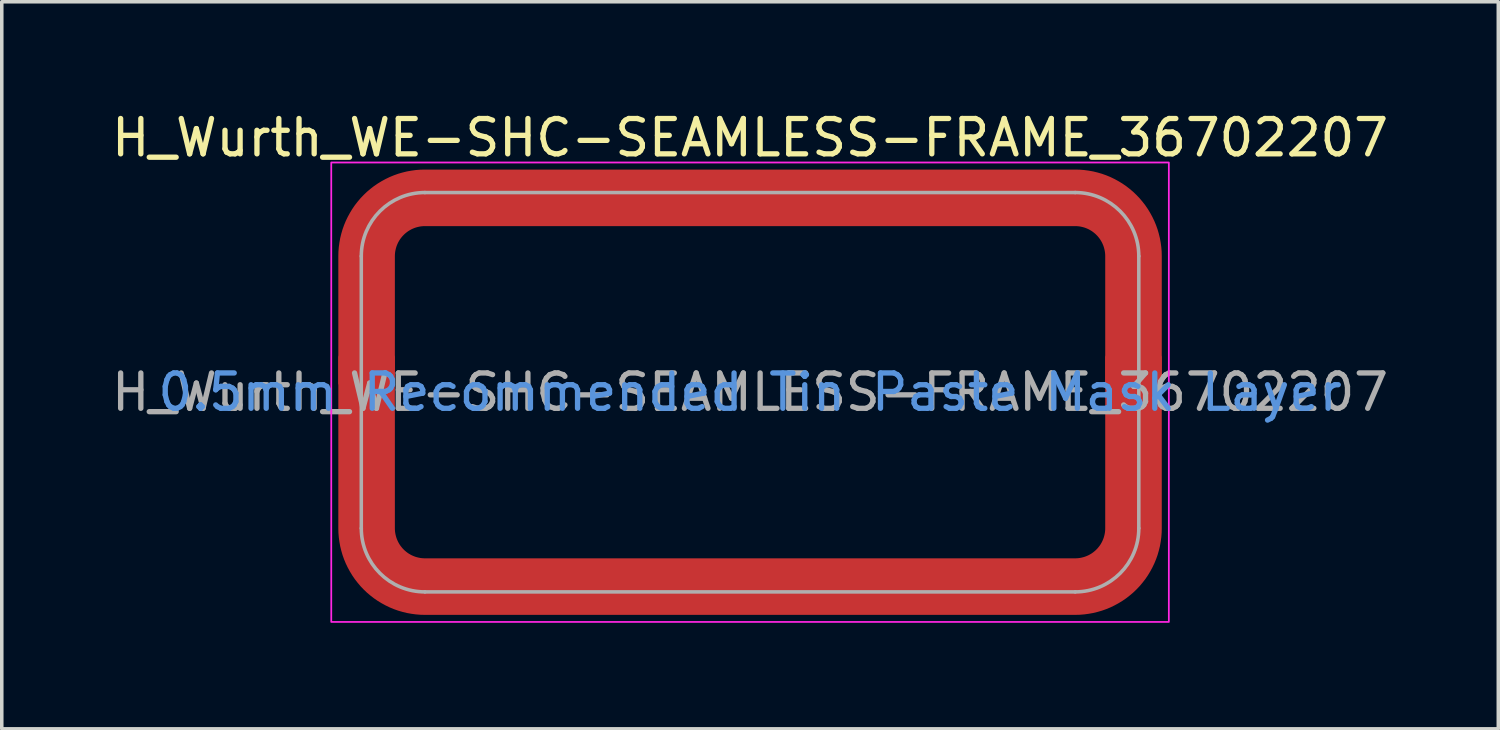
<source format=kicad_pcb>
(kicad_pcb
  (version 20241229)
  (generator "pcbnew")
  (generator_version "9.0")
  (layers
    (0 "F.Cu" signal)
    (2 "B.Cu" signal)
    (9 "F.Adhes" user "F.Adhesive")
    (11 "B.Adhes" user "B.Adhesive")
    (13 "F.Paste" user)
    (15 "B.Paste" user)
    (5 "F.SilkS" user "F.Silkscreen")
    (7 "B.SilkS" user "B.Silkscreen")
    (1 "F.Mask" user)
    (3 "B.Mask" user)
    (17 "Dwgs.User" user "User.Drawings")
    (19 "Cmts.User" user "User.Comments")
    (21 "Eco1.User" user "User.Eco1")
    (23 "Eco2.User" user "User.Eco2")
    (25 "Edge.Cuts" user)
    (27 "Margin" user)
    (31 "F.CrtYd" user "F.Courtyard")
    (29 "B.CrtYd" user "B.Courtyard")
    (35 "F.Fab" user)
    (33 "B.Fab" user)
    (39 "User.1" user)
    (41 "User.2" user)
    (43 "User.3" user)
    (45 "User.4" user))
  (footprint "H_Wurth_WE-SHC-SEAMLESS-FRAME_36702207"
    (layer "F.Cu")
    (at 18.173 8.048)
    (property "Reference" "H_Wurth_WE-SHC-SEAMLESS-FRAME_36702207" (at 0 -7.2 0) (unlocked yes) (layer "F.SilkS") (effects (font (size 1 1) (thickness 0.15))))
    (attr smd)
    (fp_poly (pts (xy -10.1 -0.25) (xy -11.6 -0.25) (xy -11.6 -3.85) (xy -11.597 -3.976) (xy -11.587 -4.101) (xy -11.57 -4.225) (xy -11.548 -4.349) (xy -11.518 -4.471) (xy -11.483 -4.592) (xy -11.441 -4.71) (xy -11.393 -4.826) (xy -11.338 -4.94) (xy -11.278 -5.05) (xy -11.213 -5.157) (xy -11.142 -5.261) (xy -11.065 -5.36) (xy -10.984 -5.456) (xy -10.897 -5.547) (xy -10.806 -5.634) (xy -10.71 -5.715) (xy -10.611 -5.792) (xy -10.507 -5.863) (xy -10.4 -5.928) (xy -10.29 -5.988) (xy -10.176 -6.043) (xy -10.06 -6.091) (xy -9.942 -6.133) (xy -9.821 -6.168) (xy -9.699 -6.198) (xy -9.575 -6.22) (xy -9.451 -6.237) (xy -9.326 -6.247) (xy -9.2 -6.25) (xy 9.2 -6.25) (xy 9.326 -6.247) (xy 9.451 -6.237) (xy 9.575 -6.22) (xy 9.699 -6.198) (xy 9.821 -6.168) (xy 9.942 -6.133) (xy 10.06 -6.091) (xy 10.176 -6.043) (xy 10.29 -5.988) (xy 10.4 -5.928) (xy 10.507 -5.863) (xy 10.611 -5.792) (xy 10.71 -5.715) (xy 10.806 -5.634) (xy 10.897 -5.547) (xy 10.984 -5.456) (xy 11.065 -5.36) (xy 11.142 -5.261) (xy 11.213 -5.157) (xy 11.278 -5.05) (xy 11.338 -4.94) (xy 11.393 -4.826) (xy 11.441 -4.71) (xy 11.483 -4.592) (xy 11.518 -4.471) (xy 11.548 -4.349) (xy 11.57 -4.225) (xy 11.587 -4.101) (xy 11.597 -3.976) (xy 11.6 -3.85) (xy 11.6 -0.25) (xy 10.1 -0.25) (xy 10.1 -3.85) (xy 10.099 -3.897) (xy 10.095 -3.944) (xy 10.089 -3.991) (xy 10.08 -4.037) (xy 10.069 -4.083) (xy 10.056 -4.128) (xy 10.04 -4.173) (xy 10.022 -4.216) (xy 10.002 -4.259) (xy 9.979 -4.3) (xy 9.955 -4.34) (xy 9.928 -4.379) (xy 9.899 -4.416) (xy 9.869 -4.452) (xy 9.836 -4.486) (xy 9.802 -4.519) (xy 9.766 -4.549) (xy 9.729 -4.578) (xy 9.69 -4.605) (xy 9.65 -4.629) (xy 9.609 -4.652) (xy 9.566 -4.672) (xy 9.523 -4.69) (xy 9.478 -4.706) (xy 9.433 -4.719) (xy 9.387 -4.73) (xy 9.341 -4.739) (xy 9.294 -4.745) (xy 9.247 -4.749) (xy 9.2 -4.75) (xy -9.2 -4.75) (xy -9.247 -4.749) (xy -9.294 -4.745) (xy -9.341 -4.739) (xy -9.387 -4.73) (xy -9.433 -4.719) (xy -9.478 -4.706) (xy -9.523 -4.69) (xy -9.566 -4.672) (xy -9.609 -4.652) (xy -9.65 -4.629) (xy -9.69 -4.605) (xy -9.729 -4.578) (xy -9.766 -4.549) (xy -9.802 -4.519) (xy -9.836 -4.486) (xy -9.869 -4.452) (xy -9.899 -4.416) (xy -9.928 -4.379) (xy -9.955 -4.34) (xy -9.979 -4.3) (xy -10.002 -4.259) (xy -10.022 -4.216) (xy -10.04 -4.173) (xy -10.056 -4.128) (xy -10.069 -4.083) (xy -10.08 -4.037) (xy -10.089 -3.991) (xy -10.095 -3.944) (xy -10.099 -3.897) (xy -10.1 -3.85) (xy -10.1 -0.25)) (stroke (width 0.1) (type solid)) (fill yes) (layer "F.Cu"))
    (fp_poly (pts (xy -10.1 -0.25) (xy -11.6 -0.25) (xy -11.6 -3.85) (xy -11.597 -3.976) (xy -11.587 -4.101) (xy -11.57 -4.225) (xy -11.548 -4.349) (xy -11.518 -4.471) (xy -11.483 -4.592) (xy -11.441 -4.71) (xy -11.393 -4.826) (xy -11.338 -4.94) (xy -11.278 -5.05) (xy -11.213 -5.157) (xy -11.142 -5.261) (xy -11.065 -5.36) (xy -10.984 -5.456) (xy -10.897 -5.547) (xy -10.806 -5.634) (xy -10.71 -5.715) (xy -10.611 -5.792) (xy -10.507 -5.863) (xy -10.4 -5.928) (xy -10.29 -5.988) (xy -10.176 -6.043) (xy -10.06 -6.091) (xy -9.942 -6.133) (xy -9.821 -6.168) (xy -9.699 -6.198) (xy -9.575 -6.22) (xy -9.451 -6.237) (xy -9.326 -6.247) (xy -9.2 -6.25) (xy 9.2 -6.25) (xy 9.326 -6.247) (xy 9.451 -6.237) (xy 9.575 -6.22) (xy 9.699 -6.198) (xy 9.821 -6.168) (xy 9.942 -6.133) (xy 10.06 -6.091) (xy 10.176 -6.043) (xy 10.29 -5.988) (xy 10.4 -5.928) (xy 10.507 -5.863) (xy 10.611 -5.792) (xy 10.71 -5.715) (xy 10.806 -5.634) (xy 10.897 -5.547) (xy 10.984 -5.456) (xy 11.065 -5.36) (xy 11.142 -5.261) (xy 11.213 -5.157) (xy 11.278 -5.05) (xy 11.338 -4.94) (xy 11.393 -4.826) (xy 11.441 -4.71) (xy 11.483 -4.592) (xy 11.518 -4.471) (xy 11.548 -4.349) (xy 11.57 -4.225) (xy 11.587 -4.101) (xy 11.597 -3.976) (xy 11.6 -3.85) (xy 11.6 -0.25) (xy 10.1 -0.25) (xy 10.1 -3.85) (xy 10.099 -3.897) (xy 10.095 -3.944) (xy 10.089 -3.991) (xy 10.08 -4.037) (xy 10.069 -4.083) (xy 10.056 -4.128) (xy 10.04 -4.173) (xy 10.022 -4.216) (xy 10.002 -4.259) (xy 9.979 -4.3) (xy 9.955 -4.34) (xy 9.928 -4.379) (xy 9.899 -4.416) (xy 9.869 -4.452) (xy 9.836 -4.486) (xy 9.802 -4.519) (xy 9.766 -4.549) (xy 9.729 -4.578) (xy 9.69 -4.605) (xy 9.65 -4.629) (xy 9.609 -4.652) (xy 9.566 -4.672) (xy 9.523 -4.69) (xy 9.478 -4.706) (xy 9.433 -4.719) (xy 9.387 -4.73) (xy 9.341 -4.739) (xy 9.294 -4.745) (xy 9.247 -4.749) (xy 9.2 -4.75) (xy -9.2 -4.75) (xy -9.247 -4.749) (xy -9.294 -4.745) (xy -9.341 -4.739) (xy -9.387 -4.73) (xy -9.433 -4.719) (xy -9.478 -4.706) (xy -9.523 -4.69) (xy -9.566 -4.672) (xy -9.609 -4.652) (xy -9.65 -4.629) (xy -9.69 -4.605) (xy -9.729 -4.578) (xy -9.766 -4.549) (xy -9.802 -4.519) (xy -9.836 -4.486) (xy -9.869 -4.452) (xy -9.899 -4.416) (xy -9.928 -4.379) (xy -9.955 -4.34) (xy -9.979 -4.3) (xy -10.002 -4.259) (xy -10.022 -4.216) (xy -10.04 -4.173) (xy -10.056 -4.128) (xy -10.069 -4.083) (xy -10.08 -4.037) (xy -10.089 -3.991) (xy -10.095 -3.944) (xy -10.099 -3.897) (xy -10.1 -3.85) (xy -10.1 -0.25)) (stroke (width 0.1) (type solid)) (fill yes) (layer "F.Mask"))
    (fp_poly (pts (xy -10.1 -0.25) (xy -11.6 -0.25) (xy -11.6 -3.85) (xy -11.597 -3.976) (xy -11.587 -4.101) (xy -11.57 -4.225) (xy -11.548 -4.349) (xy -11.518 -4.471) (xy -11.483 -4.592) (xy -11.441 -4.71) (xy -11.393 -4.826) (xy -11.338 -4.94) (xy -11.278 -5.05) (xy -11.213 -5.157) (xy -11.142 -5.261) (xy -11.065 -5.36) (xy -10.984 -5.456) (xy -10.897 -5.547) (xy -10.806 -5.634) (xy -10.71 -5.715) (xy -10.611 -5.792) (xy -10.507 -5.863) (xy -10.4 -5.928) (xy -10.29 -5.988) (xy -10.176 -6.043) (xy -10.06 -6.091) (xy -9.942 -6.133) (xy -9.821 -6.168) (xy -9.699 -6.198) (xy -9.575 -6.22) (xy -9.451 -6.237) (xy -9.326 -6.247) (xy -9.2 -6.25) (xy 9.2 -6.25) (xy 9.326 -6.247) (xy 9.451 -6.237) (xy 9.575 -6.22) (xy 9.699 -6.198) (xy 9.821 -6.168) (xy 9.942 -6.133) (xy 10.06 -6.091) (xy 10.176 -6.043) (xy 10.29 -5.988) (xy 10.4 -5.928) (xy 10.507 -5.863) (xy 10.611 -5.792) (xy 10.71 -5.715) (xy 10.806 -5.634) (xy 10.897 -5.547) (xy 10.984 -5.456) (xy 11.065 -5.36) (xy 11.142 -5.261) (xy 11.213 -5.157) (xy 11.278 -5.05) (xy 11.338 -4.94) (xy 11.393 -4.826) (xy 11.441 -4.71) (xy 11.483 -4.592) (xy 11.518 -4.471) (xy 11.548 -4.349) (xy 11.57 -4.225) (xy 11.587 -4.101) (xy 11.597 -3.976) (xy 11.6 -3.85) (xy 11.6 -0.25) (xy 10.1 -0.25) (xy 10.1 -3.85) (xy 10.099 -3.897) (xy 10.095 -3.944) (xy 10.089 -3.991) (xy 10.08 -4.037) (xy 10.069 -4.083) (xy 10.056 -4.128) (xy 10.04 -4.173) (xy 10.022 -4.216) (xy 10.002 -4.259) (xy 9.979 -4.3) (xy 9.955 -4.34) (xy 9.928 -4.379) (xy 9.899 -4.416) (xy 9.869 -4.452) (xy 9.836 -4.486) (xy 9.802 -4.519) (xy 9.766 -4.549) (xy 9.729 -4.578) (xy 9.69 -4.605) (xy 9.65 -4.629) (xy 9.609 -4.652) (xy 9.566 -4.672) (xy 9.523 -4.69) (xy 9.478 -4.706) (xy 9.433 -4.719) (xy 9.387 -4.73) (xy 9.341 -4.739) (xy 9.294 -4.745) (xy 9.247 -4.749) (xy 9.2 -4.75) (xy -9.2 -4.75) (xy -9.247 -4.749) (xy -9.294 -4.745) (xy -9.341 -4.739) (xy -9.387 -4.73) (xy -9.433 -4.719) (xy -9.478 -4.706) (xy -9.523 -4.69) (xy -9.566 -4.672) (xy -9.609 -4.652) (xy -9.65 -4.629) (xy -9.69 -4.605) (xy -9.729 -4.578) (xy -9.766 -4.549) (xy -9.802 -4.519) (xy -9.836 -4.486) (xy -9.869 -4.452) (xy -9.899 -4.416) (xy -9.928 -4.379) (xy -9.955 -4.34) (xy -9.979 -4.3) (xy -10.002 -4.259) (xy -10.022 -4.216) (xy -10.04 -4.173) (xy -10.056 -4.128) (xy -10.069 -4.083) (xy -10.08 -4.037) (xy -10.089 -3.991) (xy -10.095 -3.944) (xy -10.099 -3.897) (xy -10.1 -3.85) (xy -10.1 -0.25)) (stroke (width 0.1) (type solid)) (fill yes) (layer "F.Paste"))
    (fp_rect (start -11.85 -6.5) (end 11.85 6.5) (stroke (width 0.05) (type solid)) (fill no) (layer "F.CrtYd"))
    (fp_line (start -11 3.85) (end -11 -3.85) (stroke (width 0.1) (type solid)) (layer "F.Fab"))
    (fp_line (start -9.2 -5.65) (end 9.2 -5.65) (stroke (width 0.1) (type solid)) (layer "F.Fab"))
    (fp_line (start -9.2 5.65) (end 9.2 5.65) (stroke (width 0.1) (type solid)) (layer "F.Fab"))
    (fp_line (start 11 3.85) (end 11 -3.85) (stroke (width 0.1) (type solid)) (layer "F.Fab"))
    (fp_arc (start -11 -3.85) (mid -10.472792 -5.122792) (end -9.2 -5.65) (stroke (width 0.1) (type solid)) (layer "F.Fab"))
    (fp_arc (start -9.2 5.65) (mid -10.472792 5.122792) (end -11 3.85) (stroke (width 0.1) (type solid)) (layer "F.Fab"))
    (fp_arc (start 9.2 -5.65) (mid 10.472792 -5.122792) (end 11 -3.85) (stroke (width 0.1) (type solid)) (layer "F.Fab"))
    (fp_arc (start 11 3.85) (mid 10.472792 5.122792) (end 9.2 5.65) (stroke (width 0.1) (type solid)) (layer "F.Fab"))
    (fp_text user "0.5mm Recommended Tin Paste Mask Layer" (at 0 0 0) (unlocked yes) (layer "Cmts.User") (effects (font (size 1 1) (thickness 0.15))))
    (fp_text user "${REFERENCE}" (at 0 0 0) (unlocked yes) (layer "F.Fab") (effects (font (size 1 1) (thickness 0.15))))
    (pad "1" smd custom (at 10.85 0) (size 1.5 7.7) (layers "F.Cu" "F.Mask" "F.Paste") (options (anchor rect)) (primitives (gr_poly (pts (xy -0.75 -1) (xy 0.75 -1) (xy 0.75 3.85) (xy 0.747 3.976) (xy 0.737 4.101) (xy 0.72 4.225) (xy 0.698 4.349) (xy 0.668 4.471) (xy 0.633 4.592) (xy 0.591 4.71) (xy 0.543 4.826) (xy 0.488 4.94) (xy 0.428 5.05) (xy 0.363 5.157) (xy 0.292 5.261) (xy 0.215 5.36) (xy 0.134 5.456) (xy 0.047 5.547) (xy -0.044 5.634) (xy -0.14 5.715) (xy -0.239 5.792) (xy -0.343 5.863) (xy -0.45 5.928) (xy -0.56 5.988) (xy -0.674 6.043) (xy -0.79 6.091) (xy -0.908 6.133) (xy -1.029 6.168) (xy -1.151 6.198) (xy -1.275 6.22) (xy -1.399 6.237) (xy -1.524 6.247) (xy -1.65 6.25) (xy -20.05 6.25) (xy -20.176 6.247) (xy -20.301 6.237) (xy -20.425 6.22) (xy -20.549 6.198) (xy -20.671 6.168) (xy -20.792 6.133) (xy -20.91 6.091) (xy -21.026 6.043) (xy -21.14 5.988) (xy -21.25 5.928) (xy -21.357 5.863) (xy -21.461 5.792) (xy -21.56 5.715) (xy -21.656 5.634) (xy -21.747 5.547) (xy -21.834 5.456) (xy -21.915 5.36) (xy -21.992 5.261) (xy -22.063 5.157) (xy -22.128 5.05) (xy -22.188 4.94) (xy -22.243 4.826) (xy -22.291 4.71) (xy -22.333 4.592) (xy -22.368 4.471) (xy -22.398 4.349) (xy -22.42 4.225) (xy -22.437 4.101) (xy -22.447 3.976) (xy -22.45 3.85) (xy -22.45 -1) (xy -20.95 -1) (xy -20.95 3.85) (xy -20.949 3.897) (xy -20.945 3.944) (xy -20.939 3.991) (xy -20.93 4.037) (xy -20.919 4.083) (xy -20.906 4.128) (xy -20.89 4.173) (xy -20.872 4.216) (xy -20.852 4.259) (xy -20.829 4.3) (xy -20.805 4.34) (xy -20.778 4.379) (xy -20.749 4.416) (xy -20.719 4.452) (xy -20.686 4.486) (xy -20.652 4.519) (xy -20.616 4.549) (xy -20.579 4.578) (xy -20.54 4.605) (xy -20.5 4.629) (xy -20.459 4.652) (xy -20.416 4.672) (xy -20.373 4.69) (xy -20.328 4.706) (xy -20.283 4.719) (xy -20.237 4.73) (xy -20.191 4.739) (xy -20.144 4.745) (xy -20.097 4.749) (xy -20.05 4.75) (xy -1.65 4.75) (xy -1.603 4.749) (xy -1.556 4.745) (xy -1.509 4.739) (xy -1.463 4.73) (xy -1.417 4.719) (xy -1.372 4.706) (xy -1.327 4.69) (xy -1.284 4.672) (xy -1.241 4.652) (xy -1.2 4.629) (xy -1.16 4.605) (xy -1.121 4.578) (xy -1.084 4.549) (xy -1.048 4.519) (xy -1.014 4.486) (xy -0.981 4.452) (xy -0.951 4.416) (xy -0.922 4.379) (xy -0.895 4.34) (xy -0.871 4.3) (xy -0.848 4.259) (xy -0.828 4.216) (xy -0.81 4.173) (xy -0.794 4.128) (xy -0.781 4.083) (xy -0.77 4.037) (xy -0.761 3.991) (xy -0.755 3.944) (xy -0.751 3.897) (xy -0.75 3.85) (xy -0.75 -1)) (width 0.1) (fill yes)))))
  (gr_rect
    (start -3 -3)
    (end 39.345 17.573)
    (stroke (width 0.1) (type default))
    (fill no)
    (layer "Edge.Cuts")))
</source>
